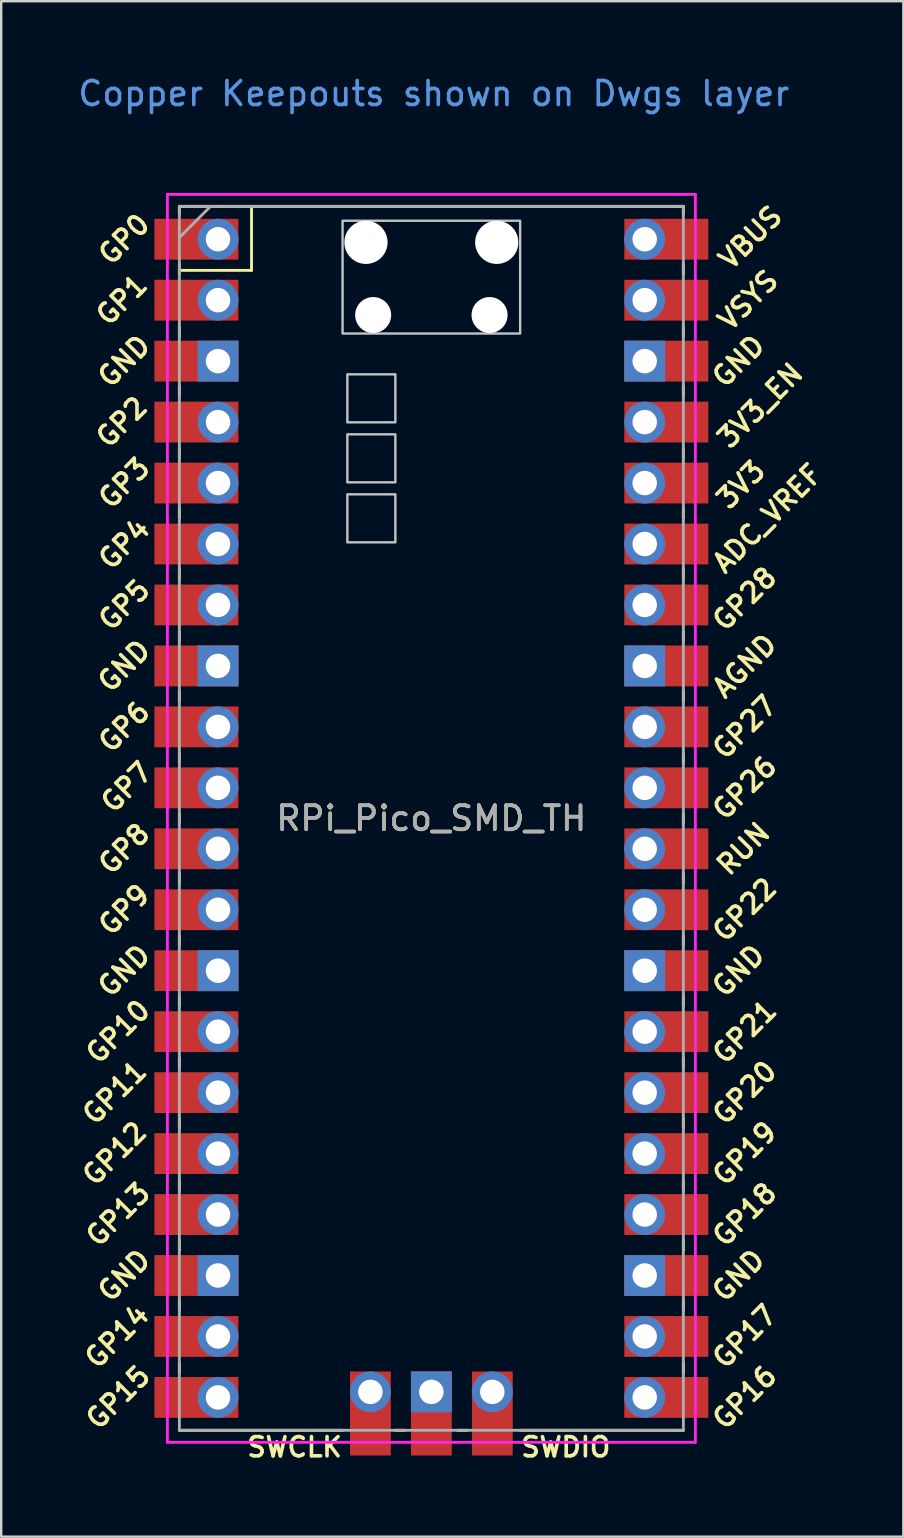
<source format=kicad_pcb>
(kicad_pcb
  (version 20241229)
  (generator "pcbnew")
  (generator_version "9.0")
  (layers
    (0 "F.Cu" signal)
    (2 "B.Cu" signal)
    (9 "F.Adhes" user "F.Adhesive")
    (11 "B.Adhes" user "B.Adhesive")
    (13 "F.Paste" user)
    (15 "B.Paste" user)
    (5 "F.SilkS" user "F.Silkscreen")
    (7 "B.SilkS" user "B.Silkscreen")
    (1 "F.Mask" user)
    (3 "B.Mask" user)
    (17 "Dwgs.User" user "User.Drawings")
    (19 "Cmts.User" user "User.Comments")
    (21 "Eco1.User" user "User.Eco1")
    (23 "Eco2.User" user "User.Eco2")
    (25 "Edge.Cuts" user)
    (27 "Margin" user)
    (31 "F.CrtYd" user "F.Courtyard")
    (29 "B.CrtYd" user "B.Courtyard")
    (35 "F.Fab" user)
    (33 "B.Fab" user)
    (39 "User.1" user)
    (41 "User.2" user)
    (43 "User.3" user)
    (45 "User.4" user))
  (footprint "RPi_Pico_SMD_TH"
    (layer "F.Cu")
    (at 14.924 31.048)
    (property "Reference" "RPi_Pico_SMD_TH" (at 0 0 0) (layer "F.SilkS") (effects (font (size 1 1) (thickness 0.15))))
    (attr through_hole)
    (fp_line (start -10.5 -25.5) (end -10.5 -25.2) (stroke (width 0.12) (type solid)) (layer "F.SilkS"))
    (fp_line (start -10.5 -25.5) (end 10.5 -25.5) (stroke (width 0.12) (type solid)) (layer "F.SilkS"))
    (fp_line (start -10.5 -23.1) (end -10.5 -22.7) (stroke (width 0.12) (type solid)) (layer "F.SilkS"))
    (fp_line (start -10.5 -22.833) (end -7.493 -22.833) (stroke (width 0.12) (type solid)) (layer "F.SilkS"))
    (fp_line (start -10.5 -20.5) (end -10.5 -20.1) (stroke (width 0.12) (type solid)) (layer "F.SilkS"))
    (fp_line (start -10.5 -18) (end -10.5 -17.6) (stroke (width 0.12) (type solid)) (layer "F.SilkS"))
    (fp_line (start -10.5 -15.4) (end -10.5 -15) (stroke (width 0.12) (type solid)) (layer "F.SilkS"))
    (fp_line (start -10.5 -12.9) (end -10.5 -12.5) (stroke (width 0.12) (type solid)) (layer "F.SilkS"))
    (fp_line (start -10.5 -10.4) (end -10.5 -10) (stroke (width 0.12) (type solid)) (layer "F.SilkS"))
    (fp_line (start -10.5 -7.8) (end -10.5 -7.4) (stroke (width 0.12) (type solid)) (layer "F.SilkS"))
    (fp_line (start -10.5 -5.3) (end -10.5 -4.9) (stroke (width 0.12) (type solid)) (layer "F.SilkS"))
    (fp_line (start -10.5 -2.7) (end -10.5 -2.3) (stroke (width 0.12) (type solid)) (layer "F.SilkS"))
    (fp_line (start -10.5 -0.2) (end -10.5 0.2) (stroke (width 0.12) (type solid)) (layer "F.SilkS"))
    (fp_line (start -10.5 2.3) (end -10.5 2.7) (stroke (width 0.12) (type solid)) (layer "F.SilkS"))
    (fp_line (start -10.5 4.9) (end -10.5 5.3) (stroke (width 0.12) (type solid)) (layer "F.SilkS"))
    (fp_line (start -10.5 7.4) (end -10.5 7.8) (stroke (width 0.12) (type solid)) (layer "F.SilkS"))
    (fp_line (start -10.5 10) (end -10.5 10.4) (stroke (width 0.12) (type solid)) (layer "F.SilkS"))
    (fp_line (start -10.5 12.5) (end -10.5 12.9) (stroke (width 0.12) (type solid)) (layer "F.SilkS"))
    (fp_line (start -10.5 15.1) (end -10.5 15.5) (stroke (width 0.12) (type solid)) (layer "F.SilkS"))
    (fp_line (start -10.5 17.6) (end -10.5 18) (stroke (width 0.12) (type solid)) (layer "F.SilkS"))
    (fp_line (start -10.5 20.1) (end -10.5 20.5) (stroke (width 0.12) (type solid)) (layer "F.SilkS"))
    (fp_line (start -10.5 22.7) (end -10.5 23.1) (stroke (width 0.12) (type solid)) (layer "F.SilkS"))
    (fp_line (start -7.493 -22.833) (end -7.493 -25.5) (stroke (width 0.12) (type solid)) (layer "F.SilkS"))
    (fp_line (start -3.7 25.5) (end -10.5 25.5) (stroke (width 0.12) (type solid)) (layer "F.SilkS"))
    (fp_line (start -1.5 25.5) (end -1.1 25.5) (stroke (width 0.12) (type solid)) (layer "F.SilkS"))
    (fp_line (start 1.1 25.5) (end 1.5 25.5) (stroke (width 0.12) (type solid)) (layer "F.SilkS"))
    (fp_line (start 10.5 -25.5) (end 10.5 -25.2) (stroke (width 0.12) (type solid)) (layer "F.SilkS"))
    (fp_line (start 10.5 -23.1) (end 10.5 -22.7) (stroke (width 0.12) (type solid)) (layer "F.SilkS"))
    (fp_line (start 10.5 -20.5) (end 10.5 -20.1) (stroke (width 0.12) (type solid)) (layer "F.SilkS"))
    (fp_line (start 10.5 -18) (end 10.5 -17.6) (stroke (width 0.12) (type solid)) (layer "F.SilkS"))
    (fp_line (start 10.5 -15.4) (end 10.5 -15) (stroke (width 0.12) (type solid)) (layer "F.SilkS"))
    (fp_line (start 10.5 -12.9) (end 10.5 -12.5) (stroke (width 0.12) (type solid)) (layer "F.SilkS"))
    (fp_line (start 10.5 -10.4) (end 10.5 -10) (stroke (width 0.12) (type solid)) (layer "F.SilkS"))
    (fp_line (start 10.5 -7.8) (end 10.5 -7.4) (stroke (width 0.12) (type solid)) (layer "F.SilkS"))
    (fp_line (start 10.5 -5.3) (end 10.5 -4.9) (stroke (width 0.12) (type solid)) (layer "F.SilkS"))
    (fp_line (start 10.5 -2.7) (end 10.5 -2.3) (stroke (width 0.12) (type solid)) (layer "F.SilkS"))
    (fp_line (start 10.5 -0.2) (end 10.5 0.2) (stroke (width 0.12) (type solid)) (layer "F.SilkS"))
    (fp_line (start 10.5 2.3) (end 10.5 2.7) (stroke (width 0.12) (type solid)) (layer "F.SilkS"))
    (fp_line (start 10.5 4.9) (end 10.5 5.3) (stroke (width 0.12) (type solid)) (layer "F.SilkS"))
    (fp_line (start 10.5 7.4) (end 10.5 7.8) (stroke (width 0.12) (type solid)) (layer "F.SilkS"))
    (fp_line (start 10.5 10) (end 10.5 10.4) (stroke (width 0.12) (type solid)) (layer "F.SilkS"))
    (fp_line (start 10.5 12.5) (end 10.5 12.9) (stroke (width 0.12) (type solid)) (layer "F.SilkS"))
    (fp_line (start 10.5 15.1) (end 10.5 15.5) (stroke (width 0.12) (type solid)) (layer "F.SilkS"))
    (fp_line (start 10.5 17.6) (end 10.5 18) (stroke (width 0.12) (type solid)) (layer "F.SilkS"))
    (fp_line (start 10.5 20.1) (end 10.5 20.5) (stroke (width 0.12) (type solid)) (layer "F.SilkS"))
    (fp_line (start 10.5 22.7) (end 10.5 23.1) (stroke (width 0.12) (type solid)) (layer "F.SilkS"))
    (fp_line (start 10.5 25.5) (end 3.7 25.5) (stroke (width 0.12) (type solid)) (layer "F.SilkS"))
    (fp_poly (pts (xy -1.5 -16.5) (xy -3.5 -16.5) (xy -3.5 -18.5) (xy -1.5 -18.5)) (stroke (width 0.1) (type solid)) (fill no) (layer "Dwgs.User"))
    (fp_poly (pts (xy -1.5 -14) (xy -3.5 -14) (xy -3.5 -16) (xy -1.5 -16)) (stroke (width 0.1) (type solid)) (fill no) (layer "Dwgs.User"))
    (fp_poly (pts (xy -1.5 -11.5) (xy -3.5 -11.5) (xy -3.5 -13.5) (xy -1.5 -13.5)) (stroke (width 0.1) (type solid)) (fill no) (layer "Dwgs.User"))
    (fp_poly (pts (xy 3.7 -20.2) (xy -3.7 -20.2) (xy -3.7 -24.9) (xy 3.7 -24.9)) (stroke (width 0.1) (type solid)) (fill no) (layer "Dwgs.User"))
    (fp_line (start -11 -26) (end 11 -26) (stroke (width 0.12) (type solid)) (layer "F.CrtYd"))
    (fp_line (start -11 26) (end -11 -26) (stroke (width 0.12) (type solid)) (layer "F.CrtYd"))
    (fp_line (start 11 -26) (end 11 26) (stroke (width 0.12) (type solid)) (layer "F.CrtYd"))
    (fp_line (start 11 26) (end -11 26) (stroke (width 0.12) (type solid)) (layer "F.CrtYd"))
    (fp_line (start -10.5 -25.5) (end 10.5 -25.5) (stroke (width 0.12) (type solid)) (layer "F.Fab"))
    (fp_line (start -10.5 -24.2) (end -9.2 -25.5) (stroke (width 0.12) (type solid)) (layer "F.Fab"))
    (fp_line (start -10.5 25.5) (end -10.5 -25.5) (stroke (width 0.12) (type solid)) (layer "F.Fab"))
    (fp_line (start 10.5 -25.5) (end 10.5 25.5) (stroke (width 0.12) (type solid)) (layer "F.Fab"))
    (fp_line (start 10.5 25.5) (end -10.5 25.5) (stroke (width 0.12) (type solid)) (layer "F.Fab"))
    (fp_text user "GP22" (at 13.054 3.81 45) (layer "F.SilkS") (effects (font (size 0.8 0.8) (thickness 0.15))))
    (fp_text user "GP11" (at -13.2 11.43 45) (layer "F.SilkS") (effects (font (size 0.8 0.8) (thickness 0.15))))
    (fp_text user "GP21" (at 13.054 8.9 45) (layer "F.SilkS") (effects (font (size 0.8 0.8) (thickness 0.15))))
    (fp_text user "GP14" (at -13.1 21.59 45) (layer "F.SilkS") (effects (font (size 0.8 0.8) (thickness 0.15))))
    (fp_text user "GP8" (at -12.8 1.27 45) (layer "F.SilkS") (effects (font (size 0.8 0.8) (thickness 0.15))))
    (fp_text user "VSYS" (at 13.2 -21.59 45) (layer "F.SilkS") (effects (font (size 0.8 0.8) (thickness 0.15))))
    (fp_text user "GP26" (at 13.054 -1.27 45) (layer "F.SilkS") (effects (font (size 0.8 0.8) (thickness 0.15))))
    (fp_text user "GP9" (at -12.8 3.81 45) (layer "F.SilkS") (effects (font (size 0.8 0.8) (thickness 0.15))))
    (fp_text user "AGND" (at 13.054 -6.35 45) (layer "F.SilkS") (effects (font (size 0.8 0.8) (thickness 0.15))))
    (fp_text user "GP16" (at 13.054 24.13 45) (layer "F.SilkS") (effects (font (size 0.8 0.8) (thickness 0.15))))
    (fp_text user "GP4" (at -12.8 -11.43 45) (layer "F.SilkS") (effects (font (size 0.8 0.8) (thickness 0.15))))
    (fp_text user "GND" (at -12.8 -19.05 45) (layer "F.SilkS") (effects (font (size 0.8 0.8) (thickness 0.15))))
    (fp_text user "GND" (at -12.8 19.05 45) (layer "F.SilkS") (effects (font (size 0.8 0.8) (thickness 0.15))))
    (fp_text user "GP7" (at -12.7 -1.3 45) (layer "F.SilkS") (effects (font (size 0.8 0.8) (thickness 0.15))))
    (fp_text user "GND" (at 12.8 19.05 45) (layer "F.SilkS") (effects (font (size 0.8 0.8) (thickness 0.15))))
    (fp_text user "GND" (at 12.8 -19.05 45) (layer "F.SilkS") (effects (font (size 0.8 0.8) (thickness 0.15))))
    (fp_text user "3V3_EN" (at 13.7 -17.2 45) (layer "F.SilkS") (effects (font (size 0.8 0.8) (thickness 0.15))))
    (fp_text user "GP12" (at -13.2 13.97 45) (layer "F.SilkS") (effects (font (size 0.8 0.8) (thickness 0.15))))
    (fp_text user "ADC_VREF" (at 14 -12.5 45) (layer "F.SilkS") (effects (font (size 0.8 0.8) (thickness 0.15))))
    (fp_text user "GP10" (at -13.054 8.89 45) (layer "F.SilkS") (effects (font (size 0.8 0.8) (thickness 0.15))))
    (fp_text user "GP6" (at -12.8 -3.81 45) (layer "F.SilkS") (effects (font (size 0.8 0.8) (thickness 0.15))))
    (fp_text user "VBUS" (at 13.3 -24.2 45) (layer "F.SilkS") (effects (font (size 0.8 0.8) (thickness 0.15))))
    (fp_text user "GP28" (at 13.054 -9.144 45) (layer "F.SilkS") (effects (font (size 0.8 0.8) (thickness 0.15))))
    (fp_text user "GP3" (at -12.8 -13.97 45) (layer "F.SilkS") (effects (font (size 0.8 0.8) (thickness 0.15))))
    (fp_text user "GP20" (at 13.054 11.43 45) (layer "F.SilkS") (effects (font (size 0.8 0.8) (thickness 0.15))))
    (fp_text user "GP13" (at -13.054 16.51 45) (layer "F.SilkS") (effects (font (size 0.8 0.8) (thickness 0.15))))
    (fp_text user "GND" (at -12.8 6.35 45) (layer "F.SilkS") (effects (font (size 0.8 0.8) (thickness 0.15))))
    (fp_text user "SWCLK" (at -5.7 26.2 0) (layer "F.SilkS") (effects (font (size 0.8 0.8) (thickness 0.15))))
    (fp_text user "GP15" (at -13.054 24.13 45) (layer "F.SilkS") (effects (font (size 0.8 0.8) (thickness 0.15))))
    (fp_text user "RUN" (at 13 1.27 45) (layer "F.SilkS") (effects (font (size 0.8 0.8) (thickness 0.15))))
    (fp_text user "GND" (at -12.8 -6.35 45) (layer "F.SilkS") (effects (font (size 0.8 0.8) (thickness 0.15))))
    (fp_text user "GP27" (at 13.054 -3.8 45) (layer "F.SilkS") (effects (font (size 0.8 0.8) (thickness 0.15))))
    (fp_text user "GND" (at 12.8 6.35 45) (layer "F.SilkS") (effects (font (size 0.8 0.8) (thickness 0.15))))
    (fp_text user "GP0" (at -12.8 -24.13 45) (layer "F.SilkS") (effects (font (size 0.8 0.8) (thickness 0.15))))
    (fp_text user "3V3" (at 12.9 -13.9 45) (layer "F.SilkS") (effects (font (size 0.8 0.8) (thickness 0.15))))
    (fp_text user "GP17" (at 13.054 21.59 45) (layer "F.SilkS") (effects (font (size 0.8 0.8) (thickness 0.15))))
    (fp_text user "SWDIO" (at 5.6 26.2 0) (layer "F.SilkS") (effects (font (size 0.8 0.8) (thickness 0.15))))
    (fp_text user "GP5" (at -12.8 -8.89 45) (layer "F.SilkS") (effects (font (size 0.8 0.8) (thickness 0.15))))
    (fp_text user "GP18" (at 13.054 16.51 45) (layer "F.SilkS") (effects (font (size 0.8 0.8) (thickness 0.15))))
    (fp_text user "GP2" (at -12.9 -16.51 45) (layer "F.SilkS") (effects (font (size 0.8 0.8) (thickness 0.15))))
    (fp_text user "GP1" (at -12.9 -21.6 45) (layer "F.SilkS") (effects (font (size 0.8 0.8) (thickness 0.15))))
    (fp_text user "GP19" (at 13.054 13.97 45) (layer "F.SilkS") (effects (font (size 0.8 0.8) (thickness 0.15))))
    (fp_text user "Copper Keepouts shown on Dwgs layer" (at 0.1 -30.2 0) (layer "Cmts.User") (effects (font (size 1 1) (thickness 0.15))))
    (fp_text user "${REFERENCE}" (at 0 0 180) (layer "F.Fab") (effects (font (size 1 1) (thickness 0.15))))
    (pad "" np_thru_hole oval (at -2.725 -24) (size 1.8 1.8) (drill 1.8) (layers "*.Cu" "*.Mask"))
    (pad "" np_thru_hole oval (at -2.425 -20.97) (size 1.5 1.5) (drill 1.5) (layers "*.Cu" "*.Mask"))
    (pad "" np_thru_hole oval (at 2.425 -20.97) (size 1.5 1.5) (drill 1.5) (layers "*.Cu" "*.Mask"))
    (pad "" np_thru_hole oval (at 2.725 -24) (size 1.8 1.8) (drill 1.8) (layers "*.Cu" "*.Mask"))
    (pad "1" thru_hole oval (at -8.89 -24.13) (size 1.7 1.7) (drill 1.02) (layers "*.Cu" "*.Mask"))
    (pad "1" smd rect (at -8.89 -24.13) (size 3.5 1.7) (drill (offset -0.9 0)) (layers "F.Cu" "F.Mask"))
    (pad "2" thru_hole oval (at -8.89 -21.59) (size 1.7 1.7) (drill 1.02) (layers "*.Cu" "*.Mask"))
    (pad "2" smd rect (at -8.89 -21.59) (size 3.5 1.7) (drill (offset -0.9 0)) (layers "F.Cu" "F.Mask"))
    (pad "3" thru_hole rect (at -8.89 -19.05) (size 1.7 1.7) (drill 1.02) (layers "*.Cu" "*.Mask"))
    (pad "3" smd rect (at -8.89 -19.05) (size 3.5 1.7) (drill (offset -0.9 0)) (layers "F.Cu" "F.Mask"))
    (pad "4" thru_hole oval (at -8.89 -16.51) (size 1.7 1.7) (drill 1.02) (layers "*.Cu" "*.Mask"))
    (pad "4" smd rect (at -8.89 -16.51) (size 3.5 1.7) (drill (offset -0.9 0)) (layers "F.Cu" "F.Mask"))
    (pad "5" thru_hole oval (at -8.89 -13.97) (size 1.7 1.7) (drill 1.02) (layers "*.Cu" "*.Mask"))
    (pad "5" smd rect (at -8.89 -13.97) (size 3.5 1.7) (drill (offset -0.9 0)) (layers "F.Cu" "F.Mask"))
    (pad "6" thru_hole oval (at -8.89 -11.43) (size 1.7 1.7) (drill 1.02) (layers "*.Cu" "*.Mask"))
    (pad "6" smd rect (at -8.89 -11.43) (size 3.5 1.7) (drill (offset -0.9 0)) (layers "F.Cu" "F.Mask"))
    (pad "7" thru_hole oval (at -8.89 -8.89) (size 1.7 1.7) (drill 1.02) (layers "*.Cu" "*.Mask"))
    (pad "7" smd rect (at -8.89 -8.89) (size 3.5 1.7) (drill (offset -0.9 0)) (layers "F.Cu" "F.Mask"))
    (pad "8" thru_hole rect (at -8.89 -6.35) (size 1.7 1.7) (drill 1.02) (layers "*.Cu" "*.Mask"))
    (pad "8" smd rect (at -8.89 -6.35) (size 3.5 1.7) (drill (offset -0.9 0)) (layers "F.Cu" "F.Mask"))
    (pad "9" thru_hole oval (at -8.89 -3.81) (size 1.7 1.7) (drill 1.02) (layers "*.Cu" "*.Mask"))
    (pad "9" smd rect (at -8.89 -3.81) (size 3.5 1.7) (drill (offset -0.9 0)) (layers "F.Cu" "F.Mask"))
    (pad "10" thru_hole oval (at -8.89 -1.27) (size 1.7 1.7) (drill 1.02) (layers "*.Cu" "*.Mask"))
    (pad "10" smd rect (at -8.89 -1.27) (size 3.5 1.7) (drill (offset -0.9 0)) (layers "F.Cu" "F.Mask"))
    (pad "11" thru_hole oval (at -8.89 1.27) (size 1.7 1.7) (drill 1.02) (layers "*.Cu" "*.Mask"))
    (pad "11" smd rect (at -8.89 1.27) (size 3.5 1.7) (drill (offset -0.9 0)) (layers "F.Cu" "F.Mask"))
    (pad "12" thru_hole oval (at -8.89 3.81) (size 1.7 1.7) (drill 1.02) (layers "*.Cu" "*.Mask"))
    (pad "12" smd rect (at -8.89 3.81) (size 3.5 1.7) (drill (offset -0.9 0)) (layers "F.Cu" "F.Mask"))
    (pad "13" thru_hole rect (at -8.89 6.35) (size 1.7 1.7) (drill 1.02) (layers "*.Cu" "*.Mask"))
    (pad "13" smd rect (at -8.89 6.35) (size 3.5 1.7) (drill (offset -0.9 0)) (layers "F.Cu" "F.Mask"))
    (pad "14" thru_hole oval (at -8.89 8.89) (size 1.7 1.7) (drill 1.02) (layers "*.Cu" "*.Mask"))
    (pad "14" smd rect (at -8.89 8.89) (size 3.5 1.7) (drill (offset -0.9 0)) (layers "F.Cu" "F.Mask"))
    (pad "15" thru_hole oval (at -8.89 11.43) (size 1.7 1.7) (drill 1.02) (layers "*.Cu" "*.Mask"))
    (pad "15" smd rect (at -8.89 11.43) (size 3.5 1.7) (drill (offset -0.9 0)) (layers "F.Cu" "F.Mask"))
    (pad "16" thru_hole oval (at -8.89 13.97) (size 1.7 1.7) (drill 1.02) (layers "*.Cu" "*.Mask"))
    (pad "16" smd rect (at -8.89 13.97) (size 3.5 1.7) (drill (offset -0.9 0)) (layers "F.Cu" "F.Mask"))
    (pad "17" thru_hole oval (at -8.89 16.51) (size 1.7 1.7) (drill 1.02) (layers "*.Cu" "*.Mask"))
    (pad "17" smd rect (at -8.89 16.51) (size 3.5 1.7) (drill (offset -0.9 0)) (layers "F.Cu" "F.Mask"))
    (pad "18" thru_hole rect (at -8.89 19.05) (size 1.7 1.7) (drill 1.02) (layers "*.Cu" "*.Mask"))
    (pad "18" smd rect (at -8.89 19.05) (size 3.5 1.7) (drill (offset -0.9 0)) (layers "F.Cu" "F.Mask"))
    (pad "19" thru_hole oval (at -8.89 21.59) (size 1.7 1.7) (drill 1.02) (layers "*.Cu" "*.Mask"))
    (pad "19" smd rect (at -8.89 21.59) (size 3.5 1.7) (drill (offset -0.9 0)) (layers "F.Cu" "F.Mask"))
    (pad "20" thru_hole oval (at -8.89 24.13) (size 1.7 1.7) (drill 1.02) (layers "*.Cu" "*.Mask"))
    (pad "20" smd rect (at -8.89 24.13) (size 3.5 1.7) (drill (offset -0.9 0)) (layers "F.Cu" "F.Mask"))
    (pad "21" thru_hole oval (at 8.89 24.13) (size 1.7 1.7) (drill 1.02) (layers "*.Cu" "*.Mask"))
    (pad "21" smd rect (at 8.89 24.13) (size 3.5 1.7) (drill (offset 0.9 0)) (layers "F.Cu" "F.Mask"))
    (pad "22" thru_hole oval (at 8.89 21.59) (size 1.7 1.7) (drill 1.02) (layers "*.Cu" "*.Mask"))
    (pad "22" smd rect (at 8.89 21.59) (size 3.5 1.7) (drill (offset 0.9 0)) (layers "F.Cu" "F.Mask"))
    (pad "23" thru_hole rect (at 8.89 19.05) (size 1.7 1.7) (drill 1.02) (layers "*.Cu" "*.Mask"))
    (pad "23" smd rect (at 8.89 19.05) (size 3.5 1.7) (drill (offset 0.9 0)) (layers "F.Cu" "F.Mask"))
    (pad "24" thru_hole oval (at 8.89 16.51) (size 1.7 1.7) (drill 1.02) (layers "*.Cu" "*.Mask"))
    (pad "24" smd rect (at 8.89 16.51) (size 3.5 1.7) (drill (offset 0.9 0)) (layers "F.Cu" "F.Mask"))
    (pad "25" thru_hole oval (at 8.89 13.97) (size 1.7 1.7) (drill 1.02) (layers "*.Cu" "*.Mask"))
    (pad "25" smd rect (at 8.89 13.97) (size 3.5 1.7) (drill (offset 0.9 0)) (layers "F.Cu" "F.Mask"))
    (pad "26" thru_hole oval (at 8.89 11.43) (size 1.7 1.7) (drill 1.02) (layers "*.Cu" "*.Mask"))
    (pad "26" smd rect (at 8.89 11.43) (size 3.5 1.7) (drill (offset 0.9 0)) (layers "F.Cu" "F.Mask"))
    (pad "27" thru_hole oval (at 8.89 8.89) (size 1.7 1.7) (drill 1.02) (layers "*.Cu" "*.Mask"))
    (pad "27" smd rect (at 8.89 8.89) (size 3.5 1.7) (drill (offset 0.9 0)) (layers "F.Cu" "F.Mask"))
    (pad "28" thru_hole rect (at 8.89 6.35) (size 1.7 1.7) (drill 1.02) (layers "*.Cu" "*.Mask"))
    (pad "28" smd rect (at 8.89 6.35) (size 3.5 1.7) (drill (offset 0.9 0)) (layers "F.Cu" "F.Mask"))
    (pad "29" thru_hole oval (at 8.89 3.81) (size 1.7 1.7) (drill 1.02) (layers "*.Cu" "*.Mask"))
    (pad "29" smd rect (at 8.89 3.81) (size 3.5 1.7) (drill (offset 0.9 0)) (layers "F.Cu" "F.Mask"))
    (pad "30" thru_hole oval (at 8.89 1.27) (size 1.7 1.7) (drill 1.02) (layers "*.Cu" "*.Mask"))
    (pad "30" smd rect (at 8.89 1.27) (size 3.5 1.7) (drill (offset 0.9 0)) (layers "F.Cu" "F.Mask"))
    (pad "31" thru_hole oval (at 8.89 -1.27) (size 1.7 1.7) (drill 1.02) (layers "*.Cu" "*.Mask"))
    (pad "31" smd rect (at 8.89 -1.27) (size 3.5 1.7) (drill (offset 0.9 0)) (layers "F.Cu" "F.Mask"))
    (pad "32" thru_hole oval (at 8.89 -3.81) (size 1.7 1.7) (drill 1.02) (layers "*.Cu" "*.Mask"))
    (pad "32" smd rect (at 8.89 -3.81) (size 3.5 1.7) (drill (offset 0.9 0)) (layers "F.Cu" "F.Mask"))
    (pad "33" thru_hole rect (at 8.89 -6.35) (size 1.7 1.7) (drill 1.02) (layers "*.Cu" "*.Mask"))
    (pad "33" smd rect (at 8.89 -6.35) (size 3.5 1.7) (drill (offset 0.9 0)) (layers "F.Cu" "F.Mask"))
    (pad "34" thru_hole oval (at 8.89 -8.89) (size 1.7 1.7) (drill 1.02) (layers "*.Cu" "*.Mask"))
    (pad "34" smd rect (at 8.89 -8.89) (size 3.5 1.7) (drill (offset 0.9 0)) (layers "F.Cu" "F.Mask"))
    (pad "35" thru_hole oval (at 8.89 -11.43) (size 1.7 1.7) (drill 1.02) (layers "*.Cu" "*.Mask"))
    (pad "35" smd rect (at 8.89 -11.43) (size 3.5 1.7) (drill (offset 0.9 0)) (layers "F.Cu" "F.Mask"))
    (pad "36" thru_hole oval (at 8.89 -13.97) (size 1.7 1.7) (drill 1.02) (layers "*.Cu" "*.Mask"))
    (pad "36" smd rect (at 8.89 -13.97) (size 3.5 1.7) (drill (offset 0.9 0)) (layers "F.Cu" "F.Mask"))
    (pad "37" thru_hole oval (at 8.89 -16.51) (size 1.7 1.7) (drill 1.02) (layers "*.Cu" "*.Mask"))
    (pad "37" smd rect (at 8.89 -16.51) (size 3.5 1.7) (drill (offset 0.9 0)) (layers "F.Cu" "F.Mask"))
    (pad "38" thru_hole rect (at 8.89 -19.05) (size 1.7 1.7) (drill 1.02) (layers "*.Cu" "*.Mask"))
    (pad "38" smd rect (at 8.89 -19.05) (size 3.5 1.7) (drill (offset 0.9 0)) (layers "F.Cu" "F.Mask"))
    (pad "39" thru_hole oval (at 8.89 -21.59) (size 1.7 1.7) (drill 1.02) (layers "*.Cu" "*.Mask"))
    (pad "39" smd rect (at 8.89 -21.59) (size 3.5 1.7) (drill (offset 0.9 0)) (layers "F.Cu" "F.Mask"))
    (pad "40" thru_hole oval (at 8.89 -24.13) (size 1.7 1.7) (drill 1.02) (layers "*.Cu" "*.Mask"))
    (pad "40" smd rect (at 8.89 -24.13) (size 3.5 1.7) (drill (offset 0.9 0)) (layers "F.Cu" "F.Mask"))
    (pad "41" thru_hole oval (at -2.54 23.9) (size 1.7 1.7) (drill 1.02) (layers "*.Cu" "*.Mask"))
    (pad "41" smd rect (at -2.54 23.9 90) (size 3.5 1.7) (drill (offset -0.9 0)) (layers "F.Cu" "F.Mask"))
    (pad "42" thru_hole rect (at 0 23.9) (size 1.7 1.7) (drill 1.02) (layers "*.Cu" "*.Mask"))
    (pad "42" smd rect (at 0 23.9 90) (size 3.5 1.7) (drill (offset -0.9 0)) (layers "F.Cu" "F.Mask"))
    (pad "43" thru_hole oval (at 2.54 23.9) (size 1.7 1.7) (drill 1.02) (layers "*.Cu" "*.Mask"))
    (pad "43" smd rect (at 2.54 23.9 90) (size 3.5 1.7) (drill (offset -0.9 0)) (layers "F.Cu" "F.Mask")))
  (gr_rect
    (start -3 -3)
    (end 34.591 60.98)
    (stroke (width 0.1) (type default))
    (fill no)
    (layer "Edge.Cuts")))
</source>
